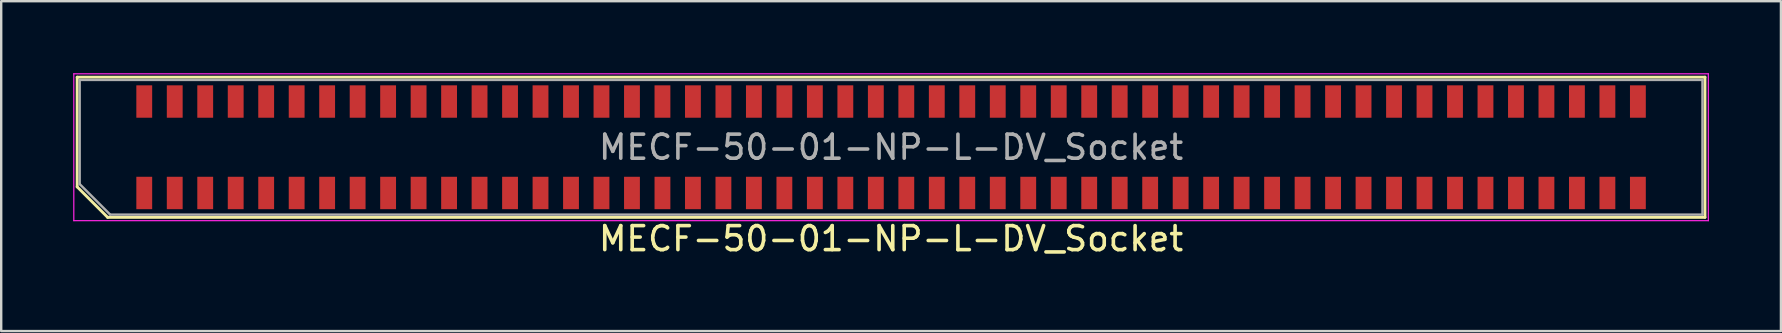
<source format=kicad_pcb>
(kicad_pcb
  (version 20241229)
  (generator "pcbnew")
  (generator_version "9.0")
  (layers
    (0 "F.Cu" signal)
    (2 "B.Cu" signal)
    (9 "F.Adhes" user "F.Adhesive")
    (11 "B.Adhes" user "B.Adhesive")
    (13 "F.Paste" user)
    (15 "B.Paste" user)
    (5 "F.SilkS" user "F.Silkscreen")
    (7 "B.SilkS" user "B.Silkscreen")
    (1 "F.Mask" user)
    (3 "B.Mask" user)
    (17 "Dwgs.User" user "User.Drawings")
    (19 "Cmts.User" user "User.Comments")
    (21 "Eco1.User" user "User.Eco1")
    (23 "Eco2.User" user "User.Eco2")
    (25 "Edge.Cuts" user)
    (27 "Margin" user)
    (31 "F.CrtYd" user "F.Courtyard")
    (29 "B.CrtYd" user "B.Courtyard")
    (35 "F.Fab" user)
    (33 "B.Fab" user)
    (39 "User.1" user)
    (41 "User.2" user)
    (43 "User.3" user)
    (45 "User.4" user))
  (footprint "MECF-50-01-NP-L-DV_Socket"
    (layer "F.Cu")
    (at 34.075 3.085)
    (property "Reference" "MECF-50-01-NP-L-DV_Socket" (at 0 3.81 0) (layer "F.SilkS") (effects (font (size 1 1) (thickness 0.15))))
    (attr smd)
    (fp_line (start -33.91 -2.92) (end 33.91 -2.92) (stroke (width 0.12) (type solid)) (layer "F.SilkS"))
    (fp_line (start -33.91 1.65) (end -33.91 -2.92) (stroke (width 0.12) (type solid)) (layer "F.SilkS"))
    (fp_line (start -32.64 2.92) (end -33.91 1.65) (stroke (width 0.12) (type solid)) (layer "F.SilkS"))
    (fp_line (start -32.64 2.92) (end 33.91 2.92) (stroke (width 0.12) (type solid)) (layer "F.SilkS"))
    (fp_line (start 33.91 2.92) (end 33.91 -2.92) (stroke (width 0.12) (type solid)) (layer "F.SilkS"))
    (fp_line (start -34.05 -3.06) (end -34.05 3.06) (stroke (width 0.05) (type solid)) (layer "F.CrtYd"))
    (fp_line (start -34.05 3.06) (end 34.05 3.06) (stroke (width 0.05) (type solid)) (layer "F.CrtYd"))
    (fp_line (start 34.05 -3.06) (end -34.05 -3.06) (stroke (width 0.05) (type solid)) (layer "F.CrtYd"))
    (fp_line (start 34.05 3.06) (end 34.05 -3.06) (stroke (width 0.05) (type solid)) (layer "F.CrtYd"))
    (fp_line (start -33.805 -2.805) (end 33.805 -2.805) (stroke (width 0.1) (type solid)) (layer "F.Fab"))
    (fp_line (start -33.805 1.535) (end -33.805 -2.805) (stroke (width 0.1) (type solid)) (layer "F.Fab"))
    (fp_line (start -33.805 1.535) (end -32.535 2.805) (stroke (width 0.1) (type solid)) (layer "F.Fab"))
    (fp_line (start -32.535 2.805) (end 33.805 2.805) (stroke (width 0.1) (type solid)) (layer "F.Fab"))
    (fp_line (start 33.805 2.805) (end 33.805 -2.805) (stroke (width 0.1) (type solid)) (layer "F.Fab"))
    (fp_text user "${REFERENCE}" (at 0 0 0) (layer "F.Fab") (effects (font (size 1 1) (thickness 0.15))))
    (pad "" np_thru_hole circle (at -32.895 0) (size 0.001 0.001) (drill 1.45) (layers "*.Cu" "*.Mask"))
    (pad "" np_thru_hole circle (at 32.895 1) (size 0.001 0.001) (drill 1.45) (layers "*.Cu" "*.Mask"))
    (pad "1" smd rect (at -31.115 1.905) (size 0.66 1.35) (layers "F.Cu" "F.Mask" "F.Paste"))
    (pad "2" smd rect (at -31.115 -1.905) (size 0.66 1.35) (layers "F.Cu" "F.Mask" "F.Paste"))
    (pad "3" smd rect (at -29.845 1.905) (size 0.66 1.35) (layers "F.Cu" "F.Mask" "F.Paste"))
    (pad "4" smd rect (at -29.845 -1.905) (size 0.66 1.35) (layers "F.Cu" "F.Mask" "F.Paste"))
    (pad "5" smd rect (at -28.575 1.905) (size 0.66 1.35) (layers "F.Cu" "F.Mask" "F.Paste"))
    (pad "6" smd rect (at -28.575 -1.905) (size 0.66 1.35) (layers "F.Cu" "F.Mask" "F.Paste"))
    (pad "7" smd rect (at -27.305 1.905) (size 0.66 1.35) (layers "F.Cu" "F.Mask" "F.Paste"))
    (pad "8" smd rect (at -27.305 -1.905) (size 0.66 1.35) (layers "F.Cu" "F.Mask" "F.Paste"))
    (pad "9" smd rect (at -26.035 1.905) (size 0.66 1.35) (layers "F.Cu" "F.Mask" "F.Paste"))
    (pad "10" smd rect (at -26.035 -1.905) (size 0.66 1.35) (layers "F.Cu" "F.Mask" "F.Paste"))
    (pad "11" smd rect (at -24.765 1.905) (size 0.66 1.35) (layers "F.Cu" "F.Mask" "F.Paste"))
    (pad "12" smd rect (at -24.765 -1.905) (size 0.66 1.35) (layers "F.Cu" "F.Mask" "F.Paste"))
    (pad "13" smd rect (at -23.495 1.905) (size 0.66 1.35) (layers "F.Cu" "F.Mask" "F.Paste"))
    (pad "14" smd rect (at -23.495 -1.905) (size 0.66 1.35) (layers "F.Cu" "F.Mask" "F.Paste"))
    (pad "15" smd rect (at -22.225 1.905) (size 0.66 1.35) (layers "F.Cu" "F.Mask" "F.Paste"))
    (pad "16" smd rect (at -22.225 -1.905) (size 0.66 1.35) (layers "F.Cu" "F.Mask" "F.Paste"))
    (pad "17" smd rect (at -20.955 1.905) (size 0.66 1.35) (layers "F.Cu" "F.Mask" "F.Paste"))
    (pad "18" smd rect (at -20.955 -1.905) (size 0.66 1.35) (layers "F.Cu" "F.Mask" "F.Paste"))
    (pad "19" smd rect (at -19.685 1.905) (size 0.66 1.35) (layers "F.Cu" "F.Mask" "F.Paste"))
    (pad "20" smd rect (at -19.685 -1.905) (size 0.66 1.35) (layers "F.Cu" "F.Mask" "F.Paste"))
    (pad "21" smd rect (at -18.415 1.905) (size 0.66 1.35) (layers "F.Cu" "F.Mask" "F.Paste"))
    (pad "22" smd rect (at -18.415 -1.905) (size 0.66 1.35) (layers "F.Cu" "F.Mask" "F.Paste"))
    (pad "23" smd rect (at -17.145 1.905) (size 0.66 1.35) (layers "F.Cu" "F.Mask" "F.Paste"))
    (pad "24" smd rect (at -17.145 -1.905) (size 0.66 1.35) (layers "F.Cu" "F.Mask" "F.Paste"))
    (pad "25" smd rect (at -15.875 1.905) (size 0.66 1.35) (layers "F.Cu" "F.Mask" "F.Paste"))
    (pad "26" smd rect (at -15.875 -1.905) (size 0.66 1.35) (layers "F.Cu" "F.Mask" "F.Paste"))
    (pad "27" smd rect (at -14.605 1.905) (size 0.66 1.35) (layers "F.Cu" "F.Mask" "F.Paste"))
    (pad "28" smd rect (at -14.605 -1.905) (size 0.66 1.35) (layers "F.Cu" "F.Mask" "F.Paste"))
    (pad "29" smd rect (at -13.335 1.905) (size 0.66 1.35) (layers "F.Cu" "F.Mask" "F.Paste"))
    (pad "30" smd rect (at -13.335 -1.905) (size 0.66 1.35) (layers "F.Cu" "F.Mask" "F.Paste"))
    (pad "31" smd rect (at -12.065 1.905) (size 0.66 1.35) (layers "F.Cu" "F.Mask" "F.Paste"))
    (pad "32" smd rect (at -12.065 -1.905) (size 0.66 1.35) (layers "F.Cu" "F.Mask" "F.Paste"))
    (pad "33" smd rect (at -10.795 1.905) (size 0.66 1.35) (layers "F.Cu" "F.Mask" "F.Paste"))
    (pad "34" smd rect (at -10.795 -1.905) (size 0.66 1.35) (layers "F.Cu" "F.Mask" "F.Paste"))
    (pad "35" smd rect (at -9.525 1.905) (size 0.66 1.35) (layers "F.Cu" "F.Mask" "F.Paste"))
    (pad "36" smd rect (at -9.525 -1.905) (size 0.66 1.35) (layers "F.Cu" "F.Mask" "F.Paste"))
    (pad "37" smd rect (at -8.255 1.905) (size 0.66 1.35) (layers "F.Cu" "F.Mask" "F.Paste"))
    (pad "38" smd rect (at -8.255 -1.905) (size 0.66 1.35) (layers "F.Cu" "F.Mask" "F.Paste"))
    (pad "39" smd rect (at -6.985 1.905) (size 0.66 1.35) (layers "F.Cu" "F.Mask" "F.Paste"))
    (pad "40" smd rect (at -6.985 -1.905) (size 0.66 1.35) (layers "F.Cu" "F.Mask" "F.Paste"))
    (pad "41" smd rect (at -5.715 1.905) (size 0.66 1.35) (layers "F.Cu" "F.Mask" "F.Paste"))
    (pad "42" smd rect (at -5.715 -1.905) (size 0.66 1.35) (layers "F.Cu" "F.Mask" "F.Paste"))
    (pad "43" smd rect (at -4.445 1.905) (size 0.66 1.35) (layers "F.Cu" "F.Mask" "F.Paste"))
    (pad "44" smd rect (at -4.445 -1.905) (size 0.66 1.35) (layers "F.Cu" "F.Mask" "F.Paste"))
    (pad "45" smd rect (at -3.175 1.905) (size 0.66 1.35) (layers "F.Cu" "F.Mask" "F.Paste"))
    (pad "46" smd rect (at -3.175 -1.905) (size 0.66 1.35) (layers "F.Cu" "F.Mask" "F.Paste"))
    (pad "47" smd rect (at -1.905 1.905) (size 0.66 1.35) (layers "F.Cu" "F.Mask" "F.Paste"))
    (pad "48" smd rect (at -1.905 -1.905) (size 0.66 1.35) (layers "F.Cu" "F.Mask" "F.Paste"))
    (pad "49" smd rect (at -0.635 1.905) (size 0.66 1.35) (layers "F.Cu" "F.Mask" "F.Paste"))
    (pad "50" smd rect (at -0.635 -1.905) (size 0.66 1.35) (layers "F.Cu" "F.Mask" "F.Paste"))
    (pad "51" smd rect (at 0.635 1.905) (size 0.66 1.35) (layers "F.Cu" "F.Mask" "F.Paste"))
    (pad "52" smd rect (at 0.635 -1.905) (size 0.66 1.35) (layers "F.Cu" "F.Mask" "F.Paste"))
    (pad "53" smd rect (at 1.905 1.905) (size 0.66 1.35) (layers "F.Cu" "F.Mask" "F.Paste"))
    (pad "54" smd rect (at 1.905 -1.905) (size 0.66 1.35) (layers "F.Cu" "F.Mask" "F.Paste"))
    (pad "55" smd rect (at 3.175 1.905) (size 0.66 1.35) (layers "F.Cu" "F.Mask" "F.Paste"))
    (pad "56" smd rect (at 3.175 -1.905) (size 0.66 1.35) (layers "F.Cu" "F.Mask" "F.Paste"))
    (pad "57" smd rect (at 4.445 1.905) (size 0.66 1.35) (layers "F.Cu" "F.Mask" "F.Paste"))
    (pad "58" smd rect (at 4.445 -1.905) (size 0.66 1.35) (layers "F.Cu" "F.Mask" "F.Paste"))
    (pad "59" smd rect (at 5.715 1.905) (size 0.66 1.35) (layers "F.Cu" "F.Mask" "F.Paste"))
    (pad "60" smd rect (at 5.715 -1.905) (size 0.66 1.35) (layers "F.Cu" "F.Mask" "F.Paste"))
    (pad "61" smd rect (at 6.985 1.905) (size 0.66 1.35) (layers "F.Cu" "F.Mask" "F.Paste"))
    (pad "62" smd rect (at 6.985 -1.905) (size 0.66 1.35) (layers "F.Cu" "F.Mask" "F.Paste"))
    (pad "63" smd rect (at 8.255 1.905) (size 0.66 1.35) (layers "F.Cu" "F.Mask" "F.Paste"))
    (pad "64" smd rect (at 8.255 -1.905) (size 0.66 1.35) (layers "F.Cu" "F.Mask" "F.Paste"))
    (pad "65" smd rect (at 9.525 1.905) (size 0.66 1.35) (layers "F.Cu" "F.Mask" "F.Paste"))
    (pad "66" smd rect (at 9.525 -1.905) (size 0.66 1.35) (layers "F.Cu" "F.Mask" "F.Paste"))
    (pad "67" smd rect (at 10.795 1.905) (size 0.66 1.35) (layers "F.Cu" "F.Mask" "F.Paste"))
    (pad "68" smd rect (at 10.795 -1.905) (size 0.66 1.35) (layers "F.Cu" "F.Mask" "F.Paste"))
    (pad "69" smd rect (at 12.065 1.905) (size 0.66 1.35) (layers "F.Cu" "F.Mask" "F.Paste"))
    (pad "70" smd rect (at 12.065 -1.905) (size 0.66 1.35) (layers "F.Cu" "F.Mask" "F.Paste"))
    (pad "71" smd rect (at 13.335 1.905) (size 0.66 1.35) (layers "F.Cu" "F.Mask" "F.Paste"))
    (pad "72" smd rect (at 13.335 -1.905) (size 0.66 1.35) (layers "F.Cu" "F.Mask" "F.Paste"))
    (pad "73" smd rect (at 14.605 1.905) (size 0.66 1.35) (layers "F.Cu" "F.Mask" "F.Paste"))
    (pad "74" smd rect (at 14.605 -1.905) (size 0.66 1.35) (layers "F.Cu" "F.Mask" "F.Paste"))
    (pad "75" smd rect (at 15.875 1.905) (size 0.66 1.35) (layers "F.Cu" "F.Mask" "F.Paste"))
    (pad "76" smd rect (at 15.875 -1.905) (size 0.66 1.35) (layers "F.Cu" "F.Mask" "F.Paste"))
    (pad "77" smd rect (at 17.145 1.905) (size 0.66 1.35) (layers "F.Cu" "F.Mask" "F.Paste"))
    (pad "78" smd rect (at 17.145 -1.905) (size 0.66 1.35) (layers "F.Cu" "F.Mask" "F.Paste"))
    (pad "79" smd rect (at 18.415 1.905) (size 0.66 1.35) (layers "F.Cu" "F.Mask" "F.Paste"))
    (pad "80" smd rect (at 18.415 -1.905) (size 0.66 1.35) (layers "F.Cu" "F.Mask" "F.Paste"))
    (pad "81" smd rect (at 19.685 1.905) (size 0.66 1.35) (layers "F.Cu" "F.Mask" "F.Paste"))
    (pad "82" smd rect (at 19.685 -1.905) (size 0.66 1.35) (layers "F.Cu" "F.Mask" "F.Paste"))
    (pad "83" smd rect (at 20.955 1.905) (size 0.66 1.35) (layers "F.Cu" "F.Mask" "F.Paste"))
    (pad "84" smd rect (at 20.955 -1.905) (size 0.66 1.35) (layers "F.Cu" "F.Mask" "F.Paste"))
    (pad "85" smd rect (at 22.225 1.905) (size 0.66 1.35) (layers "F.Cu" "F.Mask" "F.Paste"))
    (pad "86" smd rect (at 22.225 -1.905) (size 0.66 1.35) (layers "F.Cu" "F.Mask" "F.Paste"))
    (pad "87" smd rect (at 23.495 1.905) (size 0.66 1.35) (layers "F.Cu" "F.Mask" "F.Paste"))
    (pad "88" smd rect (at 23.495 -1.905) (size 0.66 1.35) (layers "F.Cu" "F.Mask" "F.Paste"))
    (pad "89" smd rect (at 24.765 1.905) (size 0.66 1.35) (layers "F.Cu" "F.Mask" "F.Paste"))
    (pad "90" smd rect (at 24.765 -1.905) (size 0.66 1.35) (layers "F.Cu" "F.Mask" "F.Paste"))
    (pad "91" smd rect (at 26.035 1.905) (size 0.66 1.35) (layers "F.Cu" "F.Mask" "F.Paste"))
    (pad "92" smd rect (at 26.035 -1.905) (size 0.66 1.35) (layers "F.Cu" "F.Mask" "F.Paste"))
    (pad "93" smd rect (at 27.305 1.905) (size 0.66 1.35) (layers "F.Cu" "F.Mask" "F.Paste"))
    (pad "94" smd rect (at 27.305 -1.905) (size 0.66 1.35) (layers "F.Cu" "F.Mask" "F.Paste"))
    (pad "95" smd rect (at 28.575 1.905) (size 0.66 1.35) (layers "F.Cu" "F.Mask" "F.Paste"))
    (pad "96" smd rect (at 28.575 -1.905) (size 0.66 1.35) (layers "F.Cu" "F.Mask" "F.Paste"))
    (pad "97" smd rect (at 29.845 1.905) (size 0.66 1.35) (layers "F.Cu" "F.Mask" "F.Paste"))
    (pad "98" smd rect (at 29.845 -1.905) (size 0.66 1.35) (layers "F.Cu" "F.Mask" "F.Paste"))
    (pad "99" smd rect (at 31.115 1.905) (size 0.66 1.35) (layers "F.Cu" "F.Mask" "F.Paste"))
    (pad "100" smd rect (at 31.115 -1.905) (size 0.66 1.35) (layers "F.Cu" "F.Mask" "F.Paste")))
  (gr_rect
    (start -3 -3)
    (end 71.15 10.743)
    (stroke (width 0.1) (type default))
    (fill no)
    (layer "Edge.Cuts")))
</source>
